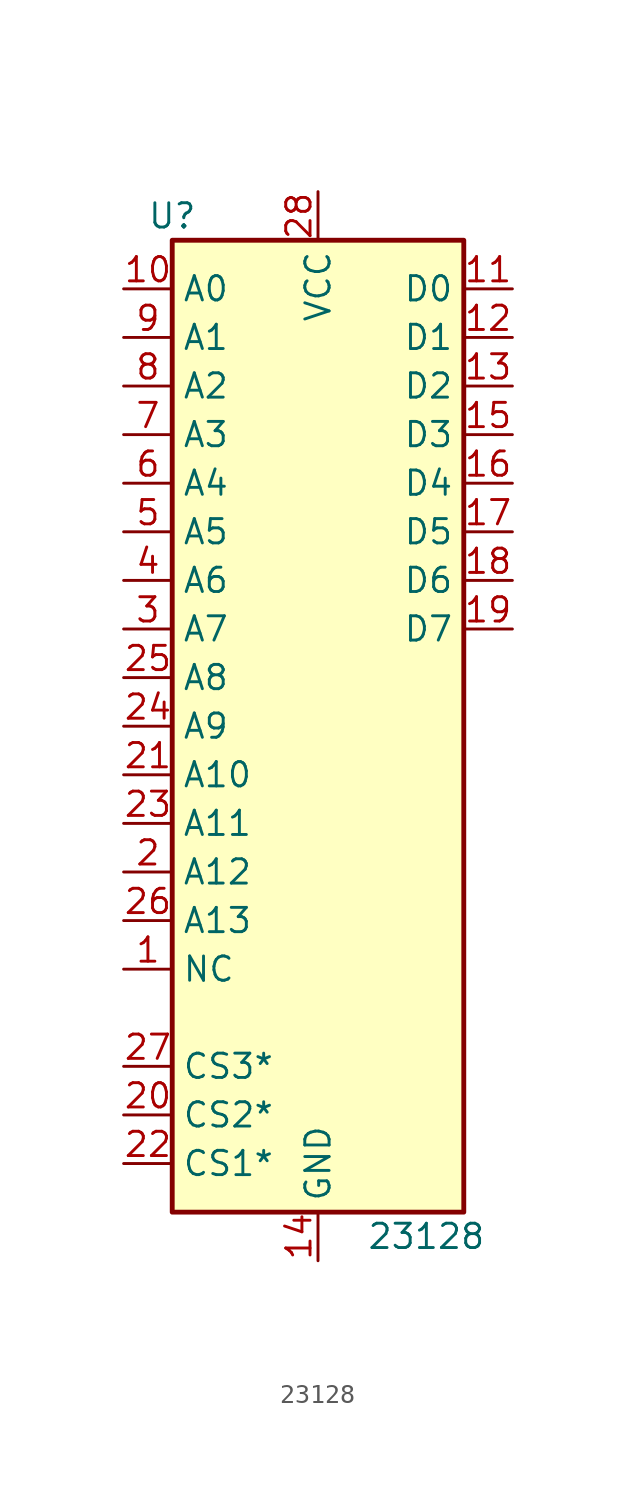
<source format=kicad_sym>
(kicad_symbol_lib
  (version 20220914)
  (generator kicad_symbol_editor)
  (symbol "23128"
    (property "Reference" "U"
      (at -7.62 26.67 0)
      (effects (font (size 1.27 1.27))))
    (property "Value" "23128"
      (at 2.54 -26.67 0)
      (effects (font (size 1.27 1.27)) (justify left)))
    (symbol "23128_1_1"
      (rectangle (start -7.62 25.4) (end 7.62 -25.4) (stroke (width 0.254) (type default)) (fill (type background)))
      (pin input line (at -10.16 -12.7 0) (length 2.54) (name "NC" (effects (font (size 1.27 1.27)))) (number "1" (effects (font (size 1.27 1.27)))))
      (pin input line (at -10.16 22.86 0) (length 2.54) (name "A0" (effects (font (size 1.27 1.27)))) (number "10" (effects (font (size 1.27 1.27)))))
      (pin tri_state line (at 10.16 22.86 180) (length 2.54) (name "D0" (effects (font (size 1.27 1.27)))) (number "11" (effects (font (size 1.27 1.27)))))
      (pin tri_state line (at 10.16 20.32 180) (length 2.54) (name "D1" (effects (font (size 1.27 1.27)))) (number "12" (effects (font (size 1.27 1.27)))))
      (pin tri_state line (at 10.16 17.78 180) (length 2.54) (name "D2" (effects (font (size 1.27 1.27)))) (number "13" (effects (font (size 1.27 1.27)))))
      (pin power_in line (at 0 -27.94 90) (length 2.54) (name "GND" (effects (font (size 1.27 1.27)))) (number "14" (effects (font (size 1.27 1.27)))))
      (pin tri_state line (at 10.16 15.24 180) (length 2.54) (name "D3" (effects (font (size 1.27 1.27)))) (number "15" (effects (font (size 1.27 1.27)))))
      (pin tri_state line (at 10.16 12.7 180) (length 2.54) (name "D4" (effects (font (size 1.27 1.27)))) (number "16" (effects (font (size 1.27 1.27)))))
      (pin tri_state line (at 10.16 10.16 180) (length 2.54) (name "D5" (effects (font (size 1.27 1.27)))) (number "17" (effects (font (size 1.27 1.27)))))
      (pin tri_state line (at 10.16 7.62 180) (length 2.54) (name "D6" (effects (font (size 1.27 1.27)))) (number "18" (effects (font (size 1.27 1.27)))))
      (pin tri_state line (at 10.16 5.08 180) (length 2.54) (name "D7" (effects (font (size 1.27 1.27)))) (number "19" (effects (font (size 1.27 1.27)))))
      (pin input line (at -10.16 -7.62 0) (length 2.54) (name "A12" (effects (font (size 1.27 1.27)))) (number "2" (effects (font (size 1.27 1.27)))))
      (pin input line (at -10.16 -20.32 0) (length 2.54) (name "CS2*" (effects (font (size 1.27 1.27)))) (number "20" (effects (font (size 1.27 1.27)))))
      (pin input line (at -10.16 -2.54 0) (length 2.54) (name "A10" (effects (font (size 1.27 1.27)))) (number "21" (effects (font (size 1.27 1.27)))))
      (pin input line (at -10.16 -22.86 0) (length 2.54) (name "CS1*" (effects (font (size 1.27 1.27)))) (number "22" (effects (font (size 1.27 1.27)))))
      (pin input line (at -10.16 -5.08 0) (length 2.54) (name "A11" (effects (font (size 1.27 1.27)))) (number "23" (effects (font (size 1.27 1.27)))))
      (pin input line (at -10.16 0 0) (length 2.54) (name "A9" (effects (font (size 1.27 1.27)))) (number "24" (effects (font (size 1.27 1.27)))))
      (pin input line (at -10.16 2.54 0) (length 2.54) (name "A8" (effects (font (size 1.27 1.27)))) (number "25" (effects (font (size 1.27 1.27)))))
      (pin input line (at -10.16 -10.16 0) (length 2.54) (name "A13" (effects (font (size 1.27 1.27)))) (number "26" (effects (font (size 1.27 1.27)))))
      (pin input line (at -10.16 -17.78 0) (length 2.54) (name "CS3*" (effects (font (size 1.27 1.27)))) (number "27" (effects (font (size 1.27 1.27)))))
      (pin power_in line (at 0 27.94 270) (length 2.54) (name "VCC" (effects (font (size 1.27 1.27)))) (number "28" (effects (font (size 1.27 1.27)))))
      (pin input line (at -10.16 5.08 0) (length 2.54) (name "A7" (effects (font (size 1.27 1.27)))) (number "3" (effects (font (size 1.27 1.27)))))
      (pin input line (at -10.16 7.62 0) (length 2.54) (name "A6" (effects (font (size 1.27 1.27)))) (number "4" (effects (font (size 1.27 1.27)))))
      (pin input line (at -10.16 10.16 0) (length 2.54) (name "A5" (effects (font (size 1.27 1.27)))) (number "5" (effects (font (size 1.27 1.27)))))
      (pin input line (at -10.16 12.7 0) (length 2.54) (name "A4" (effects (font (size 1.27 1.27)))) (number "6" (effects (font (size 1.27 1.27)))))
      (pin input line (at -10.16 15.24 0) (length 2.54) (name "A3" (effects (font (size 1.27 1.27)))) (number "7" (effects (font (size 1.27 1.27)))))
      (pin input line (at -10.16 17.78 0) (length 2.54) (name "A2" (effects (font (size 1.27 1.27)))) (number "8" (effects (font (size 1.27 1.27)))))
      (pin input line (at -10.16 20.32 0) (length 2.54) (name "A1" (effects (font (size 1.27 1.27)))) (number "9" (effects (font (size 1.27 1.27))))))))
</source>
